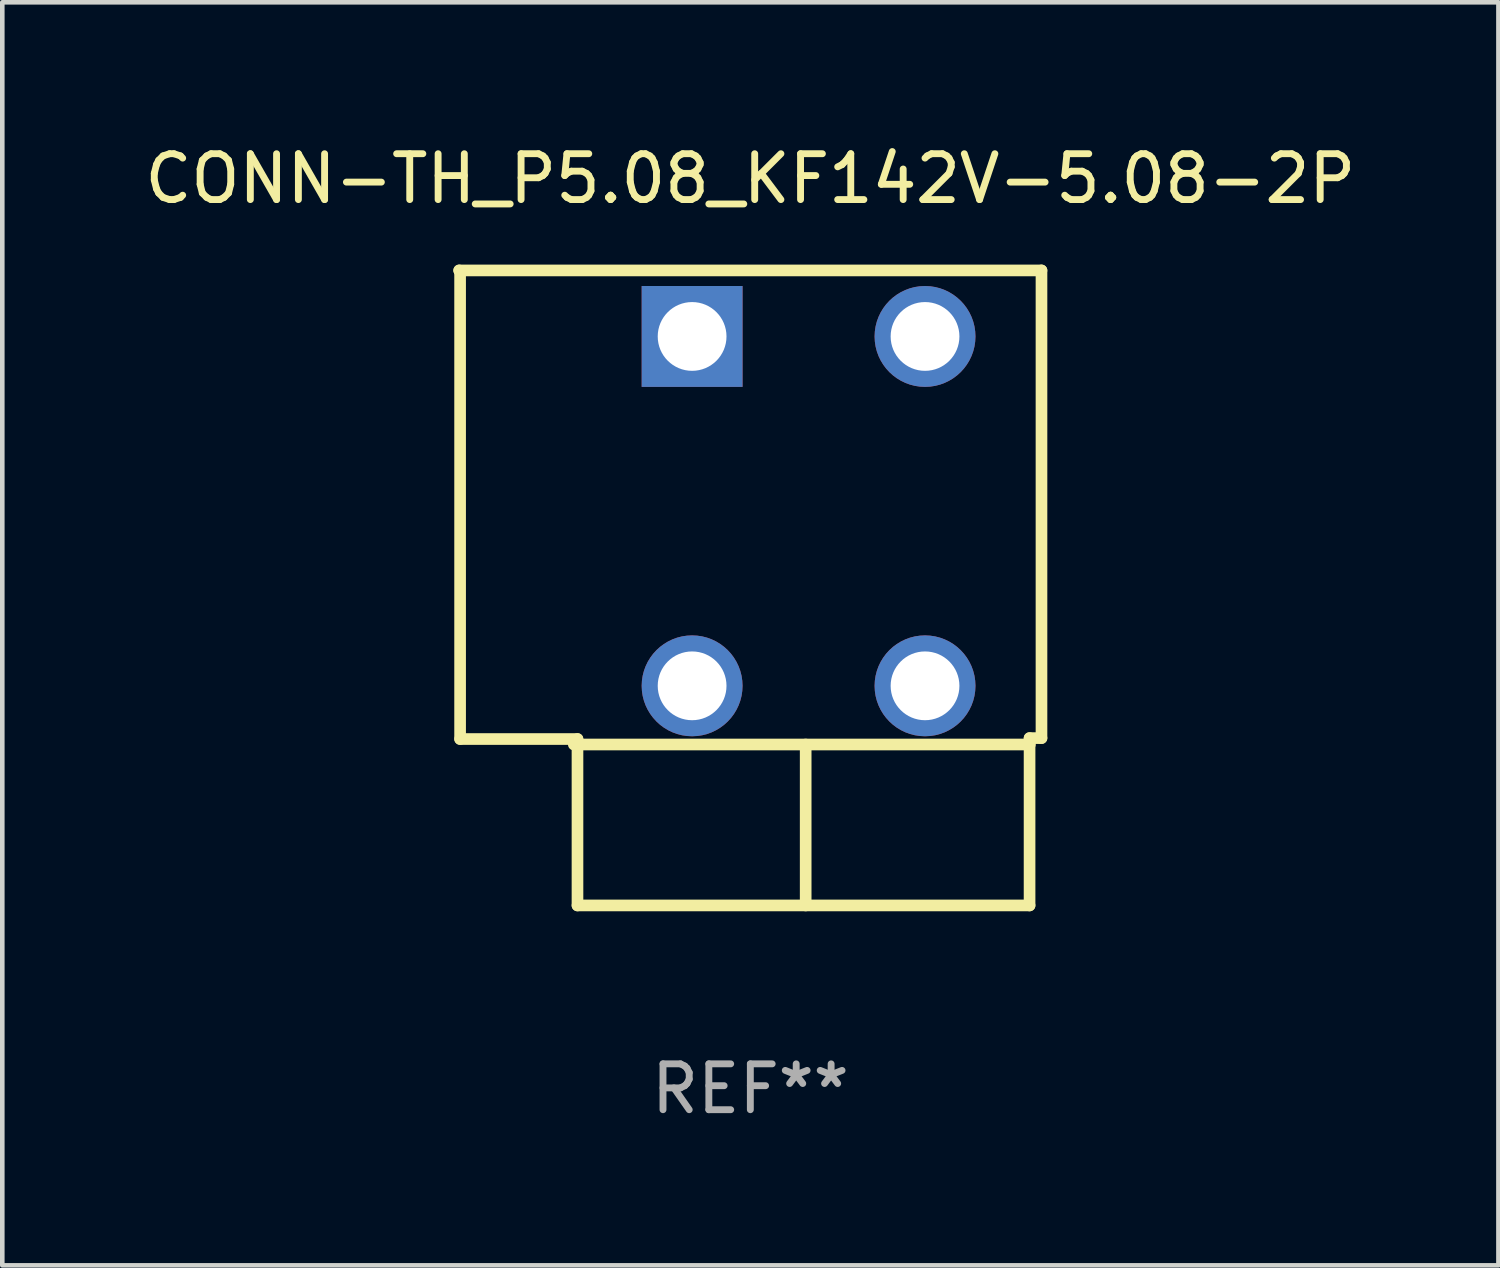
<source format=kicad_pcb>
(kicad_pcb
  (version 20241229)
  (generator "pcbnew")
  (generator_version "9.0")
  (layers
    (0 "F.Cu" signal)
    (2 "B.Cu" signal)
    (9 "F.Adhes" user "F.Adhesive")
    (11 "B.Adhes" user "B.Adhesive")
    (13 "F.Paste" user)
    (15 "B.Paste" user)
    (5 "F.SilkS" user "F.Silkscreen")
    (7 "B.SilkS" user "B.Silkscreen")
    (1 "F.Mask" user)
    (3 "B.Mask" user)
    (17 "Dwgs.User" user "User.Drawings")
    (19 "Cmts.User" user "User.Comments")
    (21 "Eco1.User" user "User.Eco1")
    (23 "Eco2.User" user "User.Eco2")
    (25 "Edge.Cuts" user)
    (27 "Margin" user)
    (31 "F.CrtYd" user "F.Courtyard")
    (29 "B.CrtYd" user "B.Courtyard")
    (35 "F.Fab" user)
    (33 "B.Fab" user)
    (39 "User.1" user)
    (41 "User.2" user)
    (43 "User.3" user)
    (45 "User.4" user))
  (footprint "CONN-TH_P5.08_KF142V-5.08-2P"
    (layer "F.Cu")
    (at 14.585 8.098)
    (property "Reference" "CONN-TH_P5.08_KF142V-5.08-2P" (at -1.27 -7.25 0) (layer "F.SilkS") (effects (font (size 1 1) (thickness 0.15))))
    (attr through_hole)
    (fp_line (start -7.62 -5.25) (end 5.08 -5.25) (stroke (width 0.254) (type solid)) (layer "F.SilkS"))
    (fp_line (start -7.6 -5.23) (end -7.62 -5.25) (stroke (width 0.254) (type solid)) (layer "F.SilkS"))
    (fp_line (start -7.6 4.97) (end -7.6 -5.23) (stroke (width 0.254) (type solid)) (layer "F.SilkS"))
    (fp_line (start -5.12 5.09) (end 4.826 5.09) (stroke (width 0.254) (type solid)) (layer "F.SilkS"))
    (fp_line (start -5.04 4.97) (end -7.6 4.97) (stroke (width 0.254) (type solid)) (layer "F.SilkS"))
    (fp_line (start -5.04 8.6) (end -5.04 4.97) (stroke (width 0.254) (type solid)) (layer "F.SilkS"))
    (fp_line (start -0.063 5.09) (end -0.063 8.6) (stroke (width 0.254) (type solid)) (layer "F.SilkS"))
    (fp_line (start 4.82 4.95) (end 4.82 8.6) (stroke (width 0.254) (type solid)) (layer "F.SilkS"))
    (fp_line (start 4.82 8.6) (end -5.04 8.6) (stroke (width 0.254) (type solid)) (layer "F.SilkS"))
    (fp_line (start 5.08 -5.25) (end 5.08 4.95) (stroke (width 0.254) (type solid)) (layer "F.SilkS"))
    (fp_line (start 5.08 4.95) (end 4.82 4.95) (stroke (width 0.254) (type solid)) (layer "F.SilkS"))
    (fp_circle (center -7.6 -5.1) (end -7.57 -5.1) (stroke (width 0.06) (type solid)) (fill no) (layer "F.SilkS"))
    (fp_text user "REF**" (at -1.27 12.6 0) (layer "F.Fab") (effects (font (size 1 1) (thickness 0.15))))
    (pad "1" thru_hole rect (at -2.54 -3.81) (size 2.2 2.2) (drill 1.5) (layers "*.Cu" "*.Mask"))
    (pad "1" thru_hole circle (at -2.54 3.81) (size 2.2 2.2) (drill 1.5) (layers "*.Cu" "*.Mask"))
    (pad "2" thru_hole circle (at 2.54 -3.81) (size 2.2 2.2) (drill 1.5) (layers "*.Cu" "*.Mask"))
    (pad "2" thru_hole circle (at 2.54 3.81) (size 2.2 2.2) (drill 1.5) (layers "*.Cu" "*.Mask")))
  (gr_rect
    (start -3 -3)
    (end 29.631 24.547)
    (stroke (width 0.1) (type default))
    (fill no)
    (layer "Edge.Cuts")))
</source>
